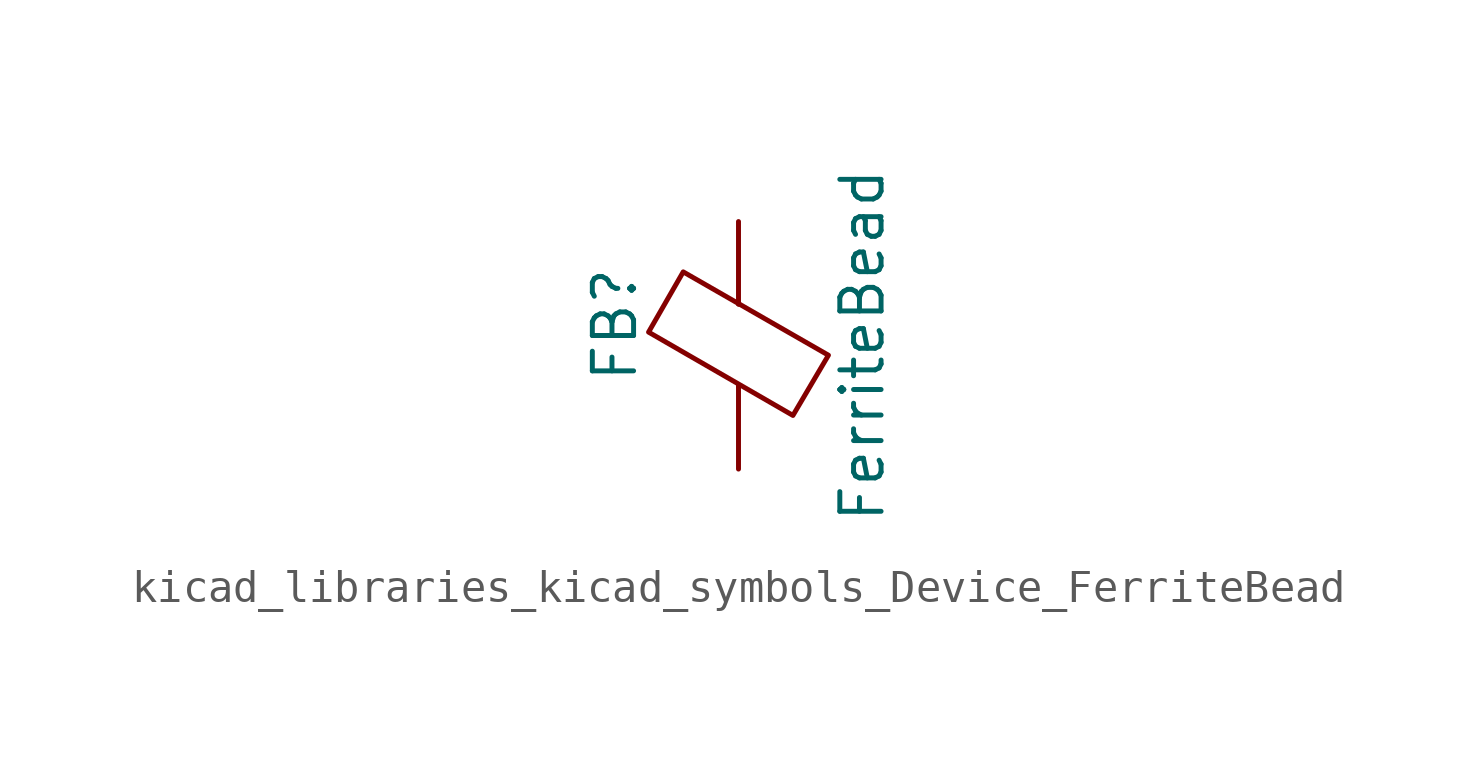
<source format=kicad_sym>
(kicad_symbol_lib
  (version 20220914)
  (generator kicad_symbol_editor)
  (symbol "kicad_libraries_kicad_symbols_Device_FerriteBead"
    (pin_numbers hide)
    (pin_names
      (offset 0))
    (property "Reference" "FB"
      (at -3.81 0.635 90)
      (effects (font (size 1.27 1.27))))
    (property "Value" "FerriteBead"
      (at 3.81 0 90)
      (effects (font (size 1.27 1.27))))
    (symbol "kicad_libraries_kicad_symbols_Device_FerriteBead_0_1"
      (polyline (pts (xy 0 -1.27) (xy 0 -1.219)) (stroke (width 0) (type default)) (fill (type none)))
      (polyline (pts (xy 0 1.27) (xy 0 1.295)) (stroke (width 0) (type default)) (fill (type none)))
      (polyline (pts (xy -2.769 0.406) (xy -1.702 2.261) (xy 2.769 -0.305) (xy 1.676 -2.159) (xy -2.769 0.406)) (stroke (width 0) (type default)) (fill (type none))))
    (symbol "kicad_libraries_kicad_symbols_Device_FerriteBead_1_1"
      (pin passive line (at 0 3.81 270) (length 2.54) (name "~" (effects (font (size 1.27 1.27)))) (number "1" (effects (font (size 1.27 1.27)))))
      (pin passive line (at 0 -3.81 90) (length 2.54) (name "~" (effects (font (size 1.27 1.27)))) (number "2" (effects (font (size 1.27 1.27))))))))
</source>
